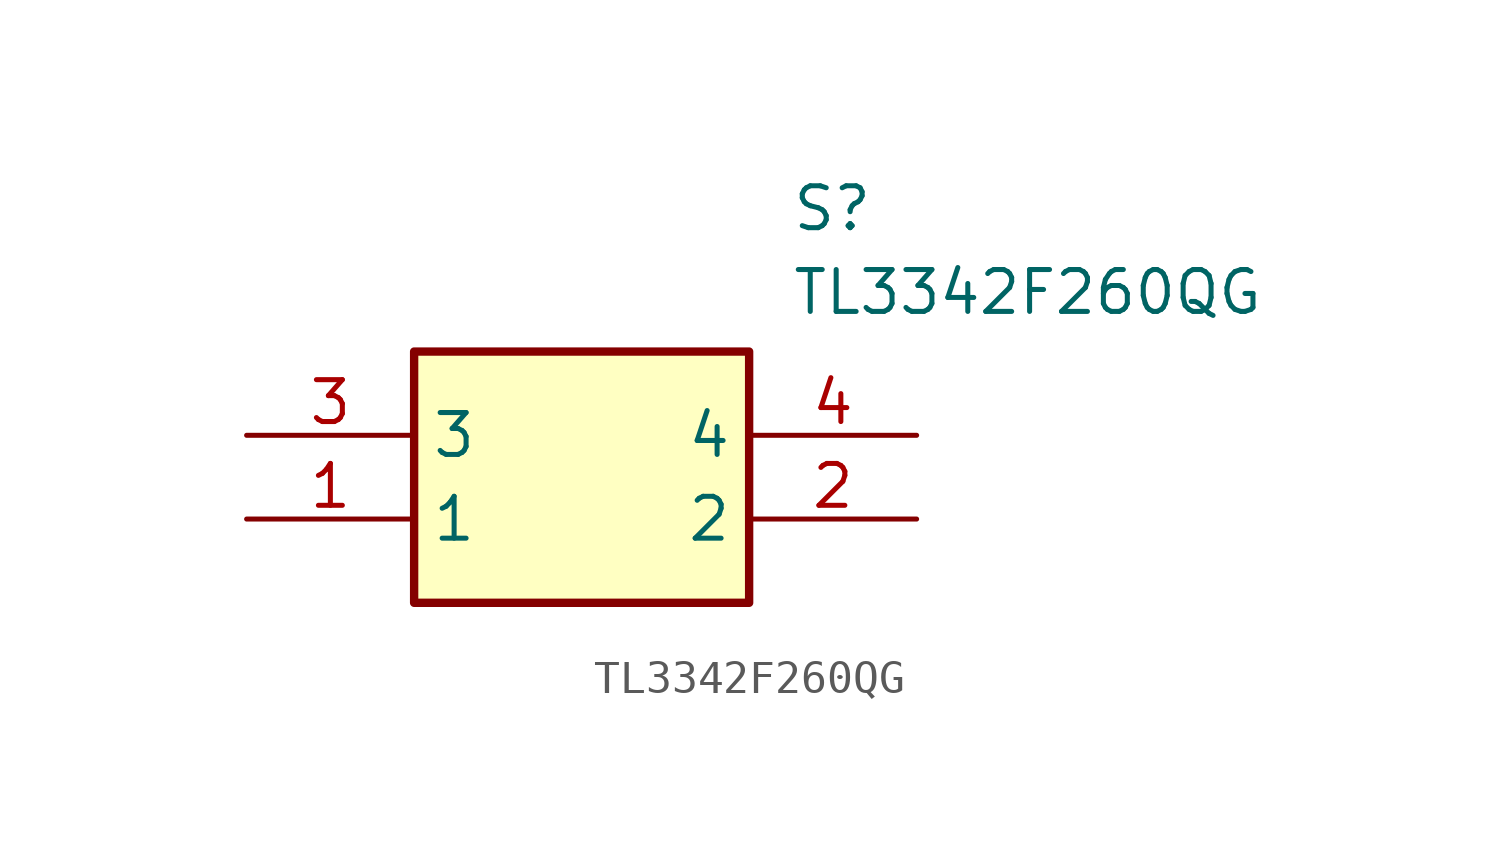
<source format=kicad_sym>
(kicad_symbol_lib
  (version 20211014)
  (generator SamacSys_ECAD_Model)
  (symbol "TL3342F260QG"
    (property "Reference" "S"
      (at 16.51 7.62 0)
      (effects (font (size 1.27 1.27)) (justify left top)))
    (property "Value" "TL3342F260QG"
      (at 16.51 5.08 0)
      (effects (font (size 1.27 1.27)) (justify left top)))
    (rectangle
      (start 5.08 2.54)
      (end 15.24 -5.08)
      (stroke (width 0.254) (type default))
      (fill (type background)))
    (pin passive line
      (at 0 -2.54 0)
      (length 5.08)
      (name "1" (effects (font (size 1.27 1.27))))
      (number "1" (effects (font (size 1.27 1.27)))))
    (pin passive line
      (at 20.32 -2.54 180)
      (length 5.08)
      (name "2" (effects (font (size 1.27 1.27))))
      (number "2" (effects (font (size 1.27 1.27)))))
    (pin passive line
      (at 0 0 0)
      (length 5.08)
      (name "3" (effects (font (size 1.27 1.27))))
      (number "3" (effects (font (size 1.27 1.27)))))
    (pin passive line
      (at 20.32 0 180)
      (length 5.08)
      (name "4" (effects (font (size 1.27 1.27))))
      (number "4" (effects (font (size 1.27 1.27)))))))
</source>
